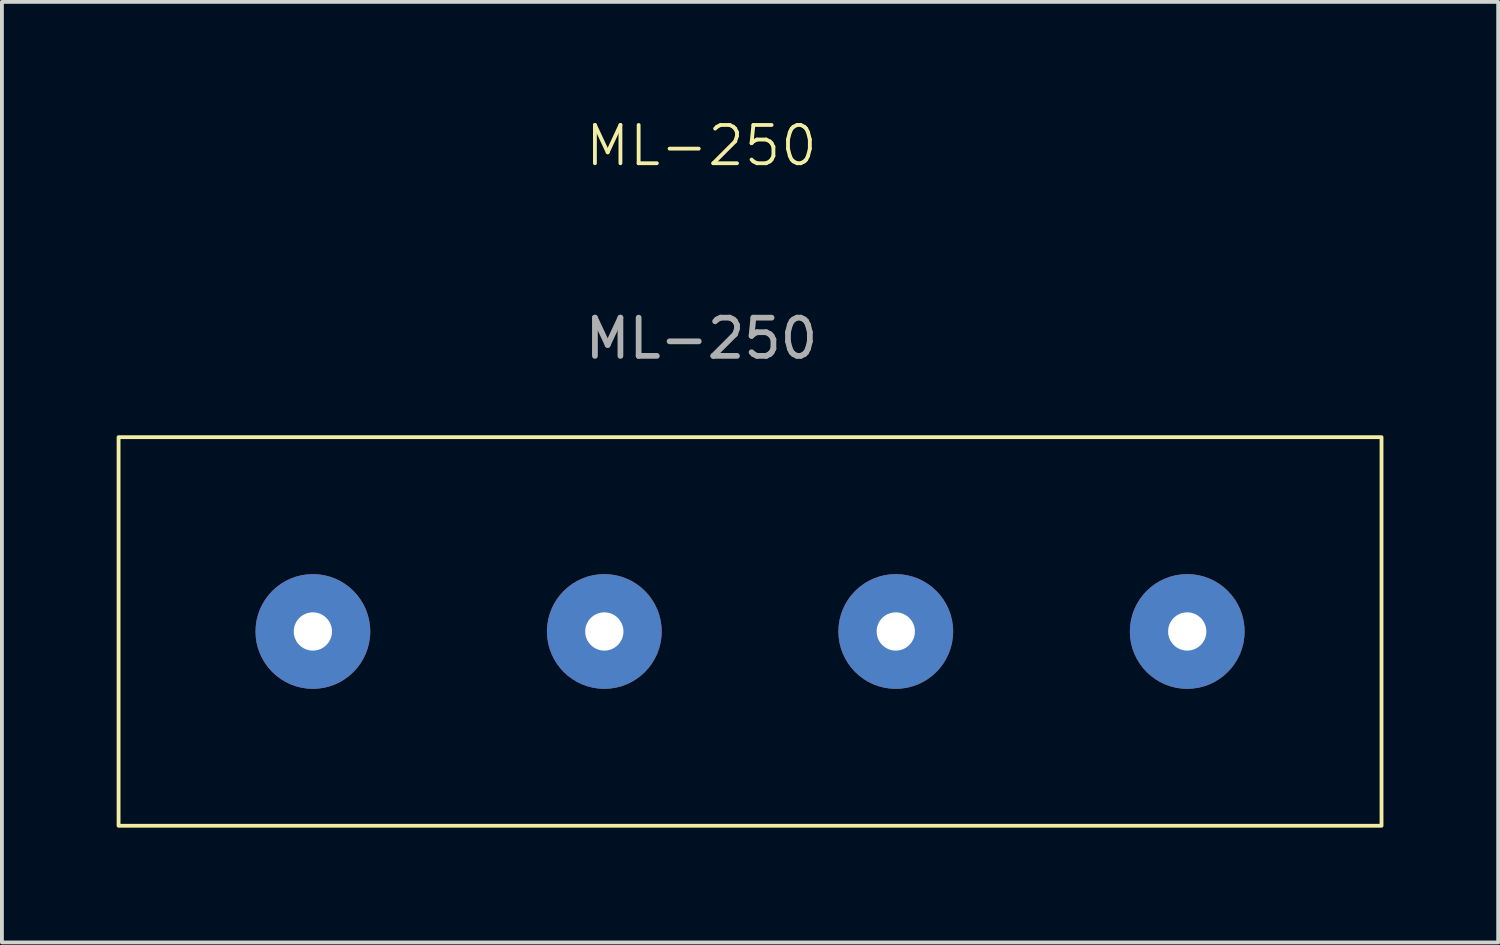
<source format=kicad_pcb>
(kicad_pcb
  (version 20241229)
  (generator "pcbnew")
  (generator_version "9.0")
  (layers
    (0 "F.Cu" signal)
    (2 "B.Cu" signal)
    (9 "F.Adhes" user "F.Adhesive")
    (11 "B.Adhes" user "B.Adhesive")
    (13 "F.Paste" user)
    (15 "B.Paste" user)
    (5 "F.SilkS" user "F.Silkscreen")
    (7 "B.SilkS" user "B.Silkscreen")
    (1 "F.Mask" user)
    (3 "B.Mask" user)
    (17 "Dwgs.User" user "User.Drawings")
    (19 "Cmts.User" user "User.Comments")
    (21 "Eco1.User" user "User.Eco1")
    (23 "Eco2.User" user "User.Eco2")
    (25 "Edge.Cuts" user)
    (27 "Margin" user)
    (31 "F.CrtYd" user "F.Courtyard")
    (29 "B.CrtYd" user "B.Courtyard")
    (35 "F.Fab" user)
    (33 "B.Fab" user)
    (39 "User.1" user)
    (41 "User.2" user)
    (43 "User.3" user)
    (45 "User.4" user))
  (footprint "ML-250"
    (layer "F.Cu")
    (at 15.29 3.3)
    (property "Reference" "ML-250" (at 0 -2.54 0) (unlocked yes) (layer "F.SilkS") (effects (font (size 1 1) (thickness 0.1))))
    (attr through_hole)
    (fp_rect (start -15.24 5.08) (end 17.78 15.24) (stroke (width 0.1) (type default)) (fill no) (layer "F.SilkS"))
    (fp_text user "${REFERENCE}" (at 0 2.5 0) (unlocked yes) (layer "F.Fab") (effects (font (size 1 1) (thickness 0.15))))
    (pad "1" thru_hole circle (at -10.16 10.16) (size 3 3) (drill 1) (layers "*.Cu" "*.Mask"))
    (pad "2" thru_hole circle (at -2.54 10.16) (size 3 3) (drill 1) (layers "*.Cu" "*.Mask"))
    (pad "3" thru_hole circle (at 5.08 10.16) (size 3 3) (drill 1) (layers "*.Cu" "*.Mask"))
    (pad "4" thru_hole circle (at 12.7 10.16) (size 3 3) (drill 1) (layers "*.Cu" "*.Mask")))
  (gr_rect
    (start -3 -3)
    (end 36.12 21.59)
    (stroke (width 0.1) (type default))
    (fill no)
    (layer "Edge.Cuts")))
</source>
